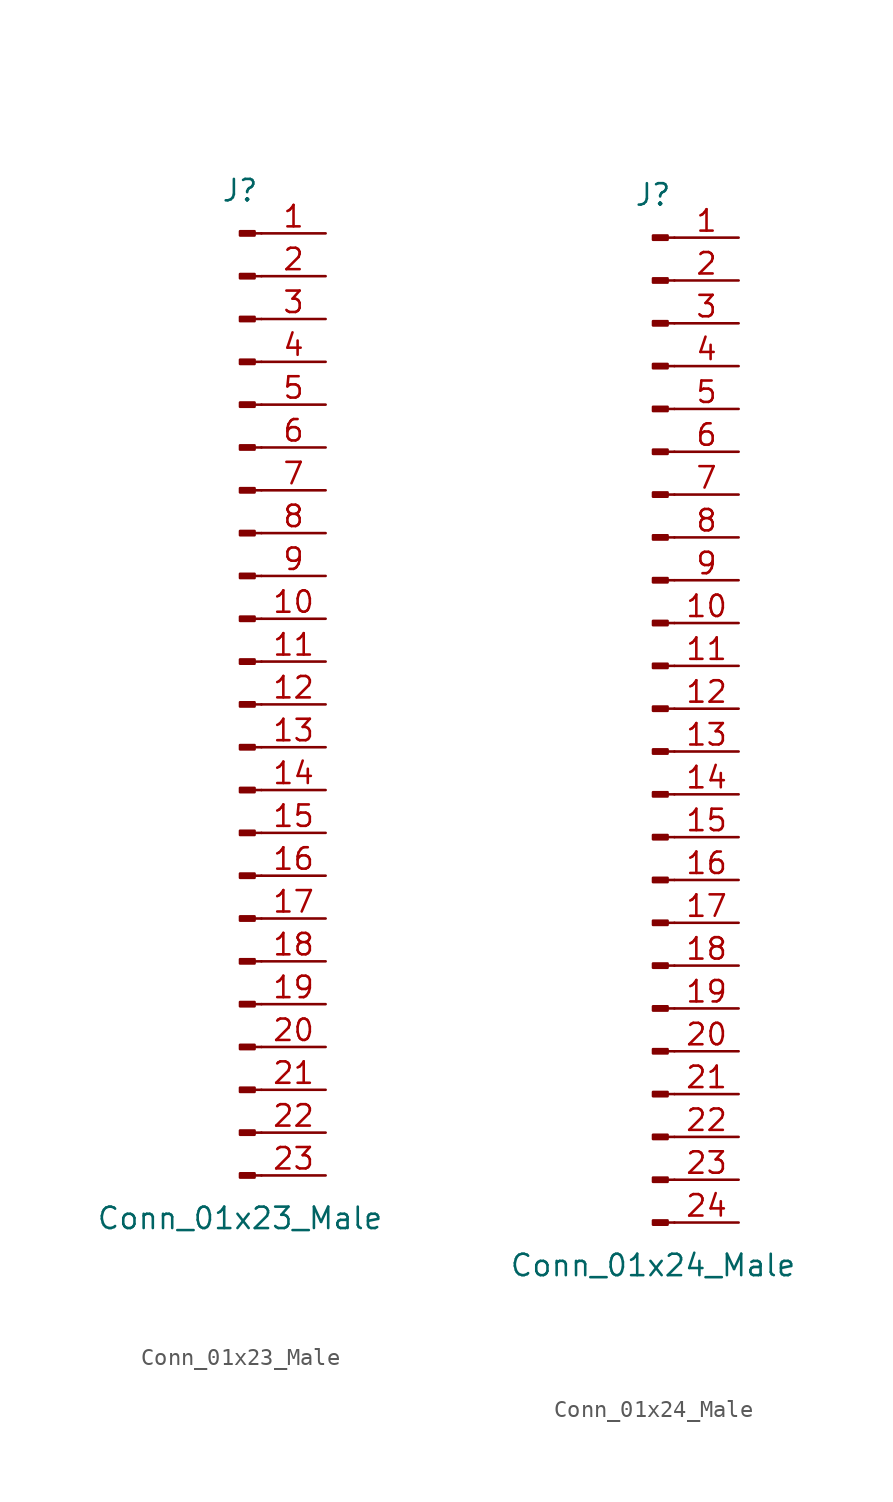
<source format=kicad_sym>
(kicad_symbol_lib
  (version 20201005)
  (generator kicad_symbol_editor)
  (symbol "Conn_01x23_Male"
    (pin_names
      (offset 1.016) hide)
    (property "Reference" "J"
      (at 0 30.48 0)
      (effects (font (size 1.27 1.27))))
    (property "Value" "Conn_01x23_Male"
      (at 0 -30.48 0)
      (effects (font (size 1.27 1.27))))
    (symbol "Conn_01x23_Male_1_1"
      (rectangle (start 0.864 -27.813) (end 0 -28.067) (stroke (width 0.152)) (fill (type outline)))
      (rectangle (start 0.864 -25.273) (end 0 -25.527) (stroke (width 0.152)) (fill (type outline)))
      (rectangle (start 0.864 -22.733) (end 0 -22.987) (stroke (width 0.152)) (fill (type outline)))
      (rectangle (start 0.864 -20.193) (end 0 -20.447) (stroke (width 0.152)) (fill (type outline)))
      (rectangle (start 0.864 -17.653) (end 0 -17.907) (stroke (width 0.152)) (fill (type outline)))
      (rectangle (start 0.864 -15.113) (end 0 -15.367) (stroke (width 0.152)) (fill (type outline)))
      (rectangle (start 0.864 -12.573) (end 0 -12.827) (stroke (width 0.152)) (fill (type outline)))
      (rectangle (start 0.864 -10.033) (end 0 -10.287) (stroke (width 0.152)) (fill (type outline)))
      (rectangle (start 0.864 -7.493) (end 0 -7.747) (stroke (width 0.152)) (fill (type outline)))
      (rectangle (start 0.864 -4.953) (end 0 -5.207) (stroke (width 0.152)) (fill (type outline)))
      (rectangle (start 0.864 -2.413) (end 0 -2.667) (stroke (width 0.152)) (fill (type outline)))
      (rectangle (start 0.864 0.127) (end 0 -0.127) (stroke (width 0.152)) (fill (type outline)))
      (rectangle (start 0.864 2.667) (end 0 2.413) (stroke (width 0.152)) (fill (type outline)))
      (rectangle (start 0.864 5.207) (end 0 4.953) (stroke (width 0.152)) (fill (type outline)))
      (rectangle (start 0.864 7.747) (end 0 7.493) (stroke (width 0.152)) (fill (type outline)))
      (rectangle (start 0.864 10.287) (end 0 10.033) (stroke (width 0.152)) (fill (type outline)))
      (rectangle (start 0.864 12.827) (end 0 12.573) (stroke (width 0.152)) (fill (type outline)))
      (rectangle (start 0.864 15.367) (end 0 15.113) (stroke (width 0.152)) (fill (type outline)))
      (rectangle (start 0.864 17.907) (end 0 17.653) (stroke (width 0.152)) (fill (type outline)))
      (rectangle (start 0.864 20.447) (end 0 20.193) (stroke (width 0.152)) (fill (type outline)))
      (rectangle (start 0.864 22.987) (end 0 22.733) (stroke (width 0.152)) (fill (type outline)))
      (rectangle (start 0.864 25.527) (end 0 25.273) (stroke (width 0.152)) (fill (type outline)))
      (rectangle (start 0.864 28.067) (end 0 27.813) (stroke (width 0.152)) (fill (type outline)))
      (polyline (pts (xy 1.27 -27.94) (xy 0.864 -27.94)) (stroke (width 0.152)) (fill (type none)))
      (polyline (pts (xy 1.27 -25.4) (xy 0.864 -25.4)) (stroke (width 0.152)) (fill (type none)))
      (polyline (pts (xy 1.27 -22.86) (xy 0.864 -22.86)) (stroke (width 0.152)) (fill (type none)))
      (polyline (pts (xy 1.27 -20.32) (xy 0.864 -20.32)) (stroke (width 0.152)) (fill (type none)))
      (polyline (pts (xy 1.27 -17.78) (xy 0.864 -17.78)) (stroke (width 0.152)) (fill (type none)))
      (polyline (pts (xy 1.27 -15.24) (xy 0.864 -15.24)) (stroke (width 0.152)) (fill (type none)))
      (polyline (pts (xy 1.27 -12.7) (xy 0.864 -12.7)) (stroke (width 0.152)) (fill (type none)))
      (polyline (pts (xy 1.27 -10.16) (xy 0.864 -10.16)) (stroke (width 0.152)) (fill (type none)))
      (polyline (pts (xy 1.27 -7.62) (xy 0.864 -7.62)) (stroke (width 0.152)) (fill (type none)))
      (polyline (pts (xy 1.27 -5.08) (xy 0.864 -5.08)) (stroke (width 0.152)) (fill (type none)))
      (polyline (pts (xy 1.27 -2.54) (xy 0.864 -2.54)) (stroke (width 0.152)) (fill (type none)))
      (polyline (pts (xy 1.27 0) (xy 0.864 0)) (stroke (width 0.152)) (fill (type none)))
      (polyline (pts (xy 1.27 2.54) (xy 0.864 2.54)) (stroke (width 0.152)) (fill (type none)))
      (polyline (pts (xy 1.27 5.08) (xy 0.864 5.08)) (stroke (width 0.152)) (fill (type none)))
      (polyline (pts (xy 1.27 7.62) (xy 0.864 7.62)) (stroke (width 0.152)) (fill (type none)))
      (polyline (pts (xy 1.27 10.16) (xy 0.864 10.16)) (stroke (width 0.152)) (fill (type none)))
      (polyline (pts (xy 1.27 12.7) (xy 0.864 12.7)) (stroke (width 0.152)) (fill (type none)))
      (polyline (pts (xy 1.27 15.24) (xy 0.864 15.24)) (stroke (width 0.152)) (fill (type none)))
      (polyline (pts (xy 1.27 17.78) (xy 0.864 17.78)) (stroke (width 0.152)) (fill (type none)))
      (polyline (pts (xy 1.27 20.32) (xy 0.864 20.32)) (stroke (width 0.152)) (fill (type none)))
      (polyline (pts (xy 1.27 22.86) (xy 0.864 22.86)) (stroke (width 0.152)) (fill (type none)))
      (polyline (pts (xy 1.27 25.4) (xy 0.864 25.4)) (stroke (width 0.152)) (fill (type none)))
      (polyline (pts (xy 1.27 27.94) (xy 0.864 27.94)) (stroke (width 0.152)) (fill (type none)))
      (pin passive line (at 5.08 27.94 180) (length 3.81) (name "Pin_1" (effects (font (size 1.27 1.27)))) (number "1" (effects (font (size 1.27 1.27)))))
      (pin passive line (at 5.08 5.08 180) (length 3.81) (name "Pin_10" (effects (font (size 1.27 1.27)))) (number "10" (effects (font (size 1.27 1.27)))))
      (pin passive line (at 5.08 2.54 180) (length 3.81) (name "Pin_11" (effects (font (size 1.27 1.27)))) (number "11" (effects (font (size 1.27 1.27)))))
      (pin passive line (at 5.08 0 180) (length 3.81) (name "Pin_12" (effects (font (size 1.27 1.27)))) (number "12" (effects (font (size 1.27 1.27)))))
      (pin passive line (at 5.08 -2.54 180) (length 3.81) (name "Pin_13" (effects (font (size 1.27 1.27)))) (number "13" (effects (font (size 1.27 1.27)))))
      (pin passive line (at 5.08 -5.08 180) (length 3.81) (name "Pin_14" (effects (font (size 1.27 1.27)))) (number "14" (effects (font (size 1.27 1.27)))))
      (pin passive line (at 5.08 -7.62 180) (length 3.81) (name "Pin_15" (effects (font (size 1.27 1.27)))) (number "15" (effects (font (size 1.27 1.27)))))
      (pin passive line (at 5.08 -10.16 180) (length 3.81) (name "Pin_16" (effects (font (size 1.27 1.27)))) (number "16" (effects (font (size 1.27 1.27)))))
      (pin passive line (at 5.08 -12.7 180) (length 3.81) (name "Pin_17" (effects (font (size 1.27 1.27)))) (number "17" (effects (font (size 1.27 1.27)))))
      (pin passive line (at 5.08 -15.24 180) (length 3.81) (name "Pin_18" (effects (font (size 1.27 1.27)))) (number "18" (effects (font (size 1.27 1.27)))))
      (pin passive line (at 5.08 -17.78 180) (length 3.81) (name "Pin_19" (effects (font (size 1.27 1.27)))) (number "19" (effects (font (size 1.27 1.27)))))
      (pin passive line (at 5.08 25.4 180) (length 3.81) (name "Pin_2" (effects (font (size 1.27 1.27)))) (number "2" (effects (font (size 1.27 1.27)))))
      (pin passive line (at 5.08 -20.32 180) (length 3.81) (name "Pin_20" (effects (font (size 1.27 1.27)))) (number "20" (effects (font (size 1.27 1.27)))))
      (pin passive line (at 5.08 -22.86 180) (length 3.81) (name "Pin_21" (effects (font (size 1.27 1.27)))) (number "21" (effects (font (size 1.27 1.27)))))
      (pin passive line (at 5.08 -25.4 180) (length 3.81) (name "Pin_22" (effects (font (size 1.27 1.27)))) (number "22" (effects (font (size 1.27 1.27)))))
      (pin passive line (at 5.08 -27.94 180) (length 3.81) (name "Pin_23" (effects (font (size 1.27 1.27)))) (number "23" (effects (font (size 1.27 1.27)))))
      (pin passive line (at 5.08 22.86 180) (length 3.81) (name "Pin_3" (effects (font (size 1.27 1.27)))) (number "3" (effects (font (size 1.27 1.27)))))
      (pin passive line (at 5.08 20.32 180) (length 3.81) (name "Pin_4" (effects (font (size 1.27 1.27)))) (number "4" (effects (font (size 1.27 1.27)))))
      (pin passive line (at 5.08 17.78 180) (length 3.81) (name "Pin_5" (effects (font (size 1.27 1.27)))) (number "5" (effects (font (size 1.27 1.27)))))
      (pin passive line (at 5.08 15.24 180) (length 3.81) (name "Pin_6" (effects (font (size 1.27 1.27)))) (number "6" (effects (font (size 1.27 1.27)))))
      (pin passive line (at 5.08 12.7 180) (length 3.81) (name "Pin_7" (effects (font (size 1.27 1.27)))) (number "7" (effects (font (size 1.27 1.27)))))
      (pin passive line (at 5.08 10.16 180) (length 3.81) (name "Pin_8" (effects (font (size 1.27 1.27)))) (number "8" (effects (font (size 1.27 1.27)))))
      (pin passive line (at 5.08 7.62 180) (length 3.81) (name "Pin_9" (effects (font (size 1.27 1.27)))) (number "9" (effects (font (size 1.27 1.27)))))))
  (symbol "Conn_01x24_Male"
    (pin_names
      (offset 1.016) hide)
    (property "Reference" "J"
      (at 0 30.48 0)
      (effects (font (size 1.27 1.27))))
    (property "Value" "Conn_01x24_Male"
      (at 0 -33.02 0)
      (effects (font (size 1.27 1.27))))
    (symbol "Conn_01x24_Male_1_1"
      (rectangle (start 0.864 -30.353) (end 0 -30.607) (stroke (width 0.152)) (fill (type outline)))
      (rectangle (start 0.864 -27.813) (end 0 -28.067) (stroke (width 0.152)) (fill (type outline)))
      (rectangle (start 0.864 -25.273) (end 0 -25.527) (stroke (width 0.152)) (fill (type outline)))
      (rectangle (start 0.864 -22.733) (end 0 -22.987) (stroke (width 0.152)) (fill (type outline)))
      (rectangle (start 0.864 -20.193) (end 0 -20.447) (stroke (width 0.152)) (fill (type outline)))
      (rectangle (start 0.864 -17.653) (end 0 -17.907) (stroke (width 0.152)) (fill (type outline)))
      (rectangle (start 0.864 -15.113) (end 0 -15.367) (stroke (width 0.152)) (fill (type outline)))
      (rectangle (start 0.864 -12.573) (end 0 -12.827) (stroke (width 0.152)) (fill (type outline)))
      (rectangle (start 0.864 -10.033) (end 0 -10.287) (stroke (width 0.152)) (fill (type outline)))
      (rectangle (start 0.864 -7.493) (end 0 -7.747) (stroke (width 0.152)) (fill (type outline)))
      (rectangle (start 0.864 -4.953) (end 0 -5.207) (stroke (width 0.152)) (fill (type outline)))
      (rectangle (start 0.864 -2.413) (end 0 -2.667) (stroke (width 0.152)) (fill (type outline)))
      (rectangle (start 0.864 0.127) (end 0 -0.127) (stroke (width 0.152)) (fill (type outline)))
      (rectangle (start 0.864 2.667) (end 0 2.413) (stroke (width 0.152)) (fill (type outline)))
      (rectangle (start 0.864 5.207) (end 0 4.953) (stroke (width 0.152)) (fill (type outline)))
      (rectangle (start 0.864 7.747) (end 0 7.493) (stroke (width 0.152)) (fill (type outline)))
      (rectangle (start 0.864 10.287) (end 0 10.033) (stroke (width 0.152)) (fill (type outline)))
      (rectangle (start 0.864 12.827) (end 0 12.573) (stroke (width 0.152)) (fill (type outline)))
      (rectangle (start 0.864 15.367) (end 0 15.113) (stroke (width 0.152)) (fill (type outline)))
      (rectangle (start 0.864 17.907) (end 0 17.653) (stroke (width 0.152)) (fill (type outline)))
      (rectangle (start 0.864 20.447) (end 0 20.193) (stroke (width 0.152)) (fill (type outline)))
      (rectangle (start 0.864 22.987) (end 0 22.733) (stroke (width 0.152)) (fill (type outline)))
      (rectangle (start 0.864 25.527) (end 0 25.273) (stroke (width 0.152)) (fill (type outline)))
      (rectangle (start 0.864 28.067) (end 0 27.813) (stroke (width 0.152)) (fill (type outline)))
      (polyline (pts (xy 1.27 -30.48) (xy 0.864 -30.48)) (stroke (width 0.152)) (fill (type none)))
      (polyline (pts (xy 1.27 -27.94) (xy 0.864 -27.94)) (stroke (width 0.152)) (fill (type none)))
      (polyline (pts (xy 1.27 -25.4) (xy 0.864 -25.4)) (stroke (width 0.152)) (fill (type none)))
      (polyline (pts (xy 1.27 -22.86) (xy 0.864 -22.86)) (stroke (width 0.152)) (fill (type none)))
      (polyline (pts (xy 1.27 -20.32) (xy 0.864 -20.32)) (stroke (width 0.152)) (fill (type none)))
      (polyline (pts (xy 1.27 -17.78) (xy 0.864 -17.78)) (stroke (width 0.152)) (fill (type none)))
      (polyline (pts (xy 1.27 -15.24) (xy 0.864 -15.24)) (stroke (width 0.152)) (fill (type none)))
      (polyline (pts (xy 1.27 -12.7) (xy 0.864 -12.7)) (stroke (width 0.152)) (fill (type none)))
      (polyline (pts (xy 1.27 -10.16) (xy 0.864 -10.16)) (stroke (width 0.152)) (fill (type none)))
      (polyline (pts (xy 1.27 -7.62) (xy 0.864 -7.62)) (stroke (width 0.152)) (fill (type none)))
      (polyline (pts (xy 1.27 -5.08) (xy 0.864 -5.08)) (stroke (width 0.152)) (fill (type none)))
      (polyline (pts (xy 1.27 -2.54) (xy 0.864 -2.54)) (stroke (width 0.152)) (fill (type none)))
      (polyline (pts (xy 1.27 0) (xy 0.864 0)) (stroke (width 0.152)) (fill (type none)))
      (polyline (pts (xy 1.27 2.54) (xy 0.864 2.54)) (stroke (width 0.152)) (fill (type none)))
      (polyline (pts (xy 1.27 5.08) (xy 0.864 5.08)) (stroke (width 0.152)) (fill (type none)))
      (polyline (pts (xy 1.27 7.62) (xy 0.864 7.62)) (stroke (width 0.152)) (fill (type none)))
      (polyline (pts (xy 1.27 10.16) (xy 0.864 10.16)) (stroke (width 0.152)) (fill (type none)))
      (polyline (pts (xy 1.27 12.7) (xy 0.864 12.7)) (stroke (width 0.152)) (fill (type none)))
      (polyline (pts (xy 1.27 15.24) (xy 0.864 15.24)) (stroke (width 0.152)) (fill (type none)))
      (polyline (pts (xy 1.27 17.78) (xy 0.864 17.78)) (stroke (width 0.152)) (fill (type none)))
      (polyline (pts (xy 1.27 20.32) (xy 0.864 20.32)) (stroke (width 0.152)) (fill (type none)))
      (polyline (pts (xy 1.27 22.86) (xy 0.864 22.86)) (stroke (width 0.152)) (fill (type none)))
      (polyline (pts (xy 1.27 25.4) (xy 0.864 25.4)) (stroke (width 0.152)) (fill (type none)))
      (polyline (pts (xy 1.27 27.94) (xy 0.864 27.94)) (stroke (width 0.152)) (fill (type none)))
      (pin passive line (at 5.08 27.94 180) (length 3.81) (name "Pin_1" (effects (font (size 1.27 1.27)))) (number "1" (effects (font (size 1.27 1.27)))))
      (pin passive line (at 5.08 5.08 180) (length 3.81) (name "Pin_10" (effects (font (size 1.27 1.27)))) (number "10" (effects (font (size 1.27 1.27)))))
      (pin passive line (at 5.08 2.54 180) (length 3.81) (name "Pin_11" (effects (font (size 1.27 1.27)))) (number "11" (effects (font (size 1.27 1.27)))))
      (pin passive line (at 5.08 0 180) (length 3.81) (name "Pin_12" (effects (font (size 1.27 1.27)))) (number "12" (effects (font (size 1.27 1.27)))))
      (pin passive line (at 5.08 -2.54 180) (length 3.81) (name "Pin_13" (effects (font (size 1.27 1.27)))) (number "13" (effects (font (size 1.27 1.27)))))
      (pin passive line (at 5.08 -5.08 180) (length 3.81) (name "Pin_14" (effects (font (size 1.27 1.27)))) (number "14" (effects (font (size 1.27 1.27)))))
      (pin passive line (at 5.08 -7.62 180) (length 3.81) (name "Pin_15" (effects (font (size 1.27 1.27)))) (number "15" (effects (font (size 1.27 1.27)))))
      (pin passive line (at 5.08 -10.16 180) (length 3.81) (name "Pin_16" (effects (font (size 1.27 1.27)))) (number "16" (effects (font (size 1.27 1.27)))))
      (pin passive line (at 5.08 -12.7 180) (length 3.81) (name "Pin_17" (effects (font (size 1.27 1.27)))) (number "17" (effects (font (size 1.27 1.27)))))
      (pin passive line (at 5.08 -15.24 180) (length 3.81) (name "Pin_18" (effects (font (size 1.27 1.27)))) (number "18" (effects (font (size 1.27 1.27)))))
      (pin passive line (at 5.08 -17.78 180) (length 3.81) (name "Pin_19" (effects (font (size 1.27 1.27)))) (number "19" (effects (font (size 1.27 1.27)))))
      (pin passive line (at 5.08 25.4 180) (length 3.81) (name "Pin_2" (effects (font (size 1.27 1.27)))) (number "2" (effects (font (size 1.27 1.27)))))
      (pin passive line (at 5.08 -20.32 180) (length 3.81) (name "Pin_20" (effects (font (size 1.27 1.27)))) (number "20" (effects (font (size 1.27 1.27)))))
      (pin passive line (at 5.08 -22.86 180) (length 3.81) (name "Pin_21" (effects (font (size 1.27 1.27)))) (number "21" (effects (font (size 1.27 1.27)))))
      (pin passive line (at 5.08 -25.4 180) (length 3.81) (name "Pin_22" (effects (font (size 1.27 1.27)))) (number "22" (effects (font (size 1.27 1.27)))))
      (pin passive line (at 5.08 -27.94 180) (length 3.81) (name "Pin_23" (effects (font (size 1.27 1.27)))) (number "23" (effects (font (size 1.27 1.27)))))
      (pin passive line (at 5.08 -30.48 180) (length 3.81) (name "Pin_24" (effects (font (size 1.27 1.27)))) (number "24" (effects (font (size 1.27 1.27)))))
      (pin passive line (at 5.08 22.86 180) (length 3.81) (name "Pin_3" (effects (font (size 1.27 1.27)))) (number "3" (effects (font (size 1.27 1.27)))))
      (pin passive line (at 5.08 20.32 180) (length 3.81) (name "Pin_4" (effects (font (size 1.27 1.27)))) (number "4" (effects (font (size 1.27 1.27)))))
      (pin passive line (at 5.08 17.78 180) (length 3.81) (name "Pin_5" (effects (font (size 1.27 1.27)))) (number "5" (effects (font (size 1.27 1.27)))))
      (pin passive line (at 5.08 15.24 180) (length 3.81) (name "Pin_6" (effects (font (size 1.27 1.27)))) (number "6" (effects (font (size 1.27 1.27)))))
      (pin passive line (at 5.08 12.7 180) (length 3.81) (name "Pin_7" (effects (font (size 1.27 1.27)))) (number "7" (effects (font (size 1.27 1.27)))))
      (pin passive line (at 5.08 10.16 180) (length 3.81) (name "Pin_8" (effects (font (size 1.27 1.27)))) (number "8" (effects (font (size 1.27 1.27)))))
      (pin passive line (at 5.08 7.62 180) (length 3.81) (name "Pin_9" (effects (font (size 1.27 1.27)))) (number "9" (effects (font (size 1.27 1.27))))))))
</source>
